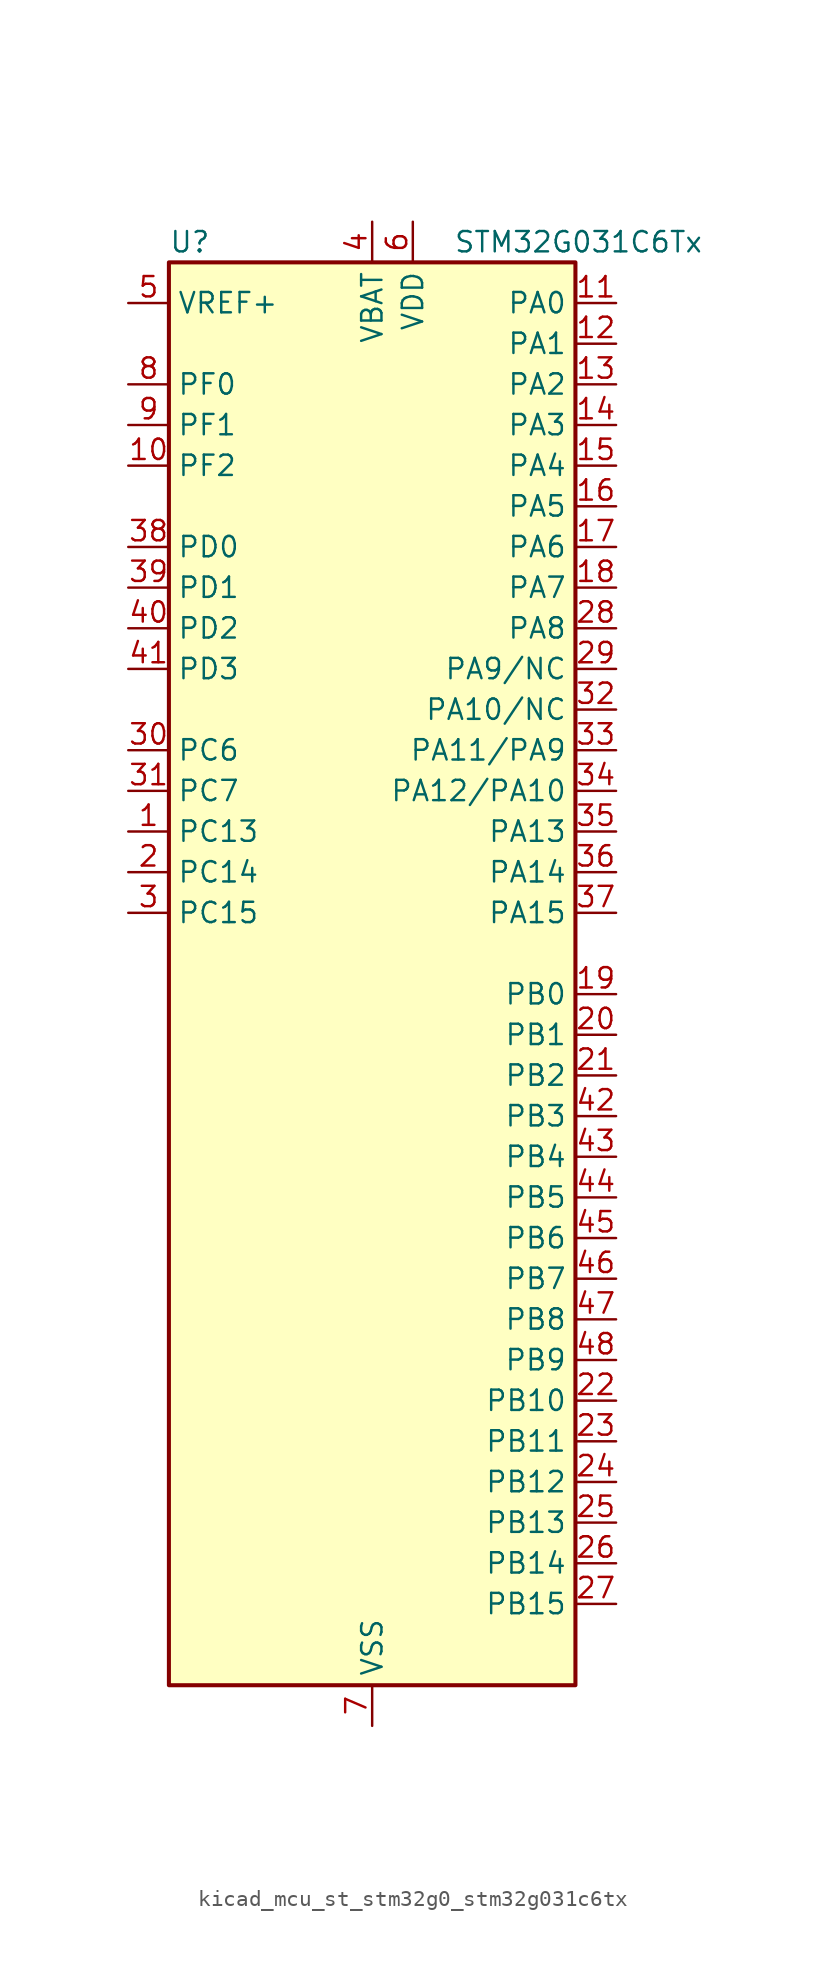
<source format=kicad_sym>
(kicad_symbol_lib
  (version 20220914)
  (generator kicad_symbol_editor)
  (symbol "kicad_mcu_st_stm32g0_stm32g031c6tx"
    (property "Reference" "U"
      (at -12.7 46.99 0)
      (effects (font (size 1.27 1.27)) (justify left)))
    (property "Value" "STM32G031C6Tx"
      (at 5.08 46.99 0)
      (effects (font (size 1.27 1.27)) (justify left)))
    (property "ki_locked" ""
      (at 0 0 0)
      (effects (font (size 1.27 1.27))))
    (symbol "kicad_mcu_st_stm32g0_stm32g031c6tx_0_1"
      (rectangle (start -12.7 -43.18) (end 12.7 45.72) (stroke (width 0.254) (type default)) (fill (type background))))
    (symbol "kicad_mcu_st_stm32g0_stm32g031c6tx_1_1"
      (pin bidirectional line (at -15.24 10.16 0) (length 2.54) (name "PC13" (effects (font (size 1.27 1.27)))) (number "1" (effects (font (size 1.27 1.27)))) (alternate "RTC_OUT_ALARM" bidirectional line) (alternate "RTC_OUT_CALIB" bidirectional line) (alternate "RTC_TAMP_IN1" bidirectional line) (alternate "RTC_TS" bidirectional line) (alternate "SYS_WKUP2" bidirectional line) (alternate "TIM1_BK" bidirectional line))
      (pin bidirectional line (at -15.24 33.02 0) (length 2.54) (name "PF2" (effects (font (size 1.27 1.27)))) (number "10" (effects (font (size 1.27 1.27)))) (alternate "RCC_MCO" bidirectional line))
      (pin bidirectional line (at 15.24 43.18 180) (length 2.54) (name "PA0" (effects (font (size 1.27 1.27)))) (number "11" (effects (font (size 1.27 1.27)))) (alternate "ADC1_IN0" bidirectional line) (alternate "LPTIM1_OUT" bidirectional line) (alternate "RTC_TAMP_IN2" bidirectional line) (alternate "SPI2_SCK" bidirectional line) (alternate "SYS_WKUP1" bidirectional line) (alternate "TIM2_CH1" bidirectional line) (alternate "TIM2_ETR" bidirectional line) (alternate "USART2_CTS" bidirectional line) (alternate "USART2_NSS" bidirectional line))
      (pin bidirectional line (at 15.24 40.64 180) (length 2.54) (name "PA1" (effects (font (size 1.27 1.27)))) (number "12" (effects (font (size 1.27 1.27)))) (alternate "ADC1_IN1" bidirectional line) (alternate "I2C1_SMBA" bidirectional line) (alternate "I2S1_CK" bidirectional line) (alternate "SPI1_SCK" bidirectional line) (alternate "TIM2_CH2" bidirectional line) (alternate "USART2_CK" bidirectional line) (alternate "USART2_DE" bidirectional line) (alternate "USART2_RTS" bidirectional line))
      (pin bidirectional line (at 15.24 38.1 180) (length 2.54) (name "PA2" (effects (font (size 1.27 1.27)))) (number "13" (effects (font (size 1.27 1.27)))) (alternate "ADC1_IN2" bidirectional line) (alternate "I2S1_SD" bidirectional line) (alternate "LPUART1_TX" bidirectional line) (alternate "RCC_LSCO" bidirectional line) (alternate "SPI1_MOSI" bidirectional line) (alternate "SYS_WKUP4" bidirectional line) (alternate "TIM2_CH3" bidirectional line) (alternate "USART2_TX" bidirectional line))
      (pin bidirectional line (at 15.24 35.56 180) (length 2.54) (name "PA3" (effects (font (size 1.27 1.27)))) (number "14" (effects (font (size 1.27 1.27)))) (alternate "ADC1_IN3" bidirectional line) (alternate "LPUART1_RX" bidirectional line) (alternate "SPI2_MISO" bidirectional line) (alternate "TIM2_CH4" bidirectional line) (alternate "USART2_RX" bidirectional line))
      (pin bidirectional line (at 15.24 33.02 180) (length 2.54) (name "PA4" (effects (font (size 1.27 1.27)))) (number "15" (effects (font (size 1.27 1.27)))) (alternate "ADC1_IN4" bidirectional line) (alternate "I2S1_WS" bidirectional line) (alternate "LPTIM2_OUT" bidirectional line) (alternate "RTC_OUT_ALARM" bidirectional line) (alternate "RTC_OUT_CALIB" bidirectional line) (alternate "SPI1_NSS" bidirectional line) (alternate "SPI2_MOSI" bidirectional line) (alternate "TIM14_CH1" bidirectional line))
      (pin bidirectional line (at 15.24 30.48 180) (length 2.54) (name "PA5" (effects (font (size 1.27 1.27)))) (number "16" (effects (font (size 1.27 1.27)))) (alternate "ADC1_IN5" bidirectional line) (alternate "I2S1_CK" bidirectional line) (alternate "LPTIM2_ETR" bidirectional line) (alternate "SPI1_SCK" bidirectional line) (alternate "TIM2_CH1" bidirectional line) (alternate "TIM2_ETR" bidirectional line))
      (pin bidirectional line (at 15.24 27.94 180) (length 2.54) (name "PA6" (effects (font (size 1.27 1.27)))) (number "17" (effects (font (size 1.27 1.27)))) (alternate "ADC1_IN6" bidirectional line) (alternate "I2S1_MCK" bidirectional line) (alternate "LPUART1_CTS" bidirectional line) (alternate "SPI1_MISO" bidirectional line) (alternate "TIM16_CH1" bidirectional line) (alternate "TIM1_BK" bidirectional line) (alternate "TIM3_CH1" bidirectional line))
      (pin bidirectional line (at 15.24 25.4 180) (length 2.54) (name "PA7" (effects (font (size 1.27 1.27)))) (number "18" (effects (font (size 1.27 1.27)))) (alternate "ADC1_IN7" bidirectional line) (alternate "I2S1_SD" bidirectional line) (alternate "SPI1_MOSI" bidirectional line) (alternate "TIM14_CH1" bidirectional line) (alternate "TIM17_CH1" bidirectional line) (alternate "TIM1_CH1N" bidirectional line) (alternate "TIM3_CH2" bidirectional line))
      (pin bidirectional line (at 15.24 0 180) (length 2.54) (name "PB0" (effects (font (size 1.27 1.27)))) (number "19" (effects (font (size 1.27 1.27)))) (alternate "ADC1_IN8" bidirectional line) (alternate "I2S1_WS" bidirectional line) (alternate "LPTIM1_OUT" bidirectional line) (alternate "SPI1_NSS" bidirectional line) (alternate "TIM1_CH2N" bidirectional line) (alternate "TIM3_CH3" bidirectional line))
      (pin bidirectional line (at -15.24 7.62 0) (length 2.54) (name "PC14" (effects (font (size 1.27 1.27)))) (number "2" (effects (font (size 1.27 1.27)))) (alternate "RCC_OSC32_IN" bidirectional line) (alternate "TIM1_BK2" bidirectional line))
      (pin bidirectional line (at 15.24 -2.54 180) (length 2.54) (name "PB1" (effects (font (size 1.27 1.27)))) (number "20" (effects (font (size 1.27 1.27)))) (alternate "ADC1_IN9" bidirectional line) (alternate "LPTIM2_IN1" bidirectional line) (alternate "LPUART1_DE" bidirectional line) (alternate "LPUART1_RTS" bidirectional line) (alternate "TIM14_CH1" bidirectional line) (alternate "TIM1_CH3N" bidirectional line) (alternate "TIM3_CH4" bidirectional line))
      (pin bidirectional line (at 15.24 -5.08 180) (length 2.54) (name "PB2" (effects (font (size 1.27 1.27)))) (number "21" (effects (font (size 1.27 1.27)))) (alternate "ADC1_IN10" bidirectional line) (alternate "LPTIM1_OUT" bidirectional line) (alternate "SPI2_MISO" bidirectional line))
      (pin bidirectional line (at 15.24 -25.4 180) (length 2.54) (name "PB10" (effects (font (size 1.27 1.27)))) (number "22" (effects (font (size 1.27 1.27)))) (alternate "ADC1_IN11" bidirectional line) (alternate "I2C2_SCL" bidirectional line) (alternate "LPUART1_RX" bidirectional line) (alternate "SPI2_SCK" bidirectional line) (alternate "TIM2_CH3" bidirectional line))
      (pin bidirectional line (at 15.24 -27.94 180) (length 2.54) (name "PB11" (effects (font (size 1.27 1.27)))) (number "23" (effects (font (size 1.27 1.27)))) (alternate "ADC1_EXTI11" bidirectional line) (alternate "ADC1_IN15" bidirectional line) (alternate "I2C2_SDA" bidirectional line) (alternate "LPUART1_TX" bidirectional line) (alternate "SPI2_MOSI" bidirectional line) (alternate "TIM2_CH4" bidirectional line))
      (pin bidirectional line (at 15.24 -30.48 180) (length 2.54) (name "PB12" (effects (font (size 1.27 1.27)))) (number "24" (effects (font (size 1.27 1.27)))) (alternate "ADC1_IN16" bidirectional line) (alternate "LPUART1_DE" bidirectional line) (alternate "LPUART1_RTS" bidirectional line) (alternate "SPI2_NSS" bidirectional line) (alternate "TIM1_BK" bidirectional line))
      (pin bidirectional line (at 15.24 -33.02 180) (length 2.54) (name "PB13" (effects (font (size 1.27 1.27)))) (number "25" (effects (font (size 1.27 1.27)))) (alternate "I2C2_SCL" bidirectional line) (alternate "LPUART1_CTS" bidirectional line) (alternate "SPI2_SCK" bidirectional line) (alternate "TIM1_CH1N" bidirectional line))
      (pin bidirectional line (at 15.24 -35.56 180) (length 2.54) (name "PB14" (effects (font (size 1.27 1.27)))) (number "26" (effects (font (size 1.27 1.27)))) (alternate "I2C2_SDA" bidirectional line) (alternate "SPI2_MISO" bidirectional line) (alternate "TIM1_CH2N" bidirectional line))
      (pin bidirectional line (at 15.24 -38.1 180) (length 2.54) (name "PB15" (effects (font (size 1.27 1.27)))) (number "27" (effects (font (size 1.27 1.27)))) (alternate "RTC_REFIN" bidirectional line) (alternate "SPI2_MOSI" bidirectional line) (alternate "TIM1_CH3N" bidirectional line))
      (pin bidirectional line (at 15.24 22.86 180) (length 2.54) (name "PA8" (effects (font (size 1.27 1.27)))) (number "28" (effects (font (size 1.27 1.27)))) (alternate "LPTIM2_OUT" bidirectional line) (alternate "RCC_MCO" bidirectional line) (alternate "SPI2_NSS" bidirectional line) (alternate "TIM1_CH1" bidirectional line))
      (pin bidirectional line (at 15.24 20.32 180) (length 2.54) (name "PA9/NC" (effects (font (size 1.27 1.27)))) (number "29" (effects (font (size 1.27 1.27)))) (alternate "I2C1_SCL" bidirectional line) (alternate "RCC_MCO" bidirectional line) (alternate "SPI2_MISO" bidirectional line) (alternate "TIM1_CH2" bidirectional line) (alternate "USART1_TX" bidirectional line))
      (pin bidirectional line (at -15.24 5.08 0) (length 2.54) (name "PC15" (effects (font (size 1.27 1.27)))) (number "3" (effects (font (size 1.27 1.27)))) (alternate "RCC_OSC32_EN" bidirectional line) (alternate "RCC_OSC32_OUT" bidirectional line) (alternate "RCC_OSC_EN" bidirectional line))
      (pin bidirectional line (at -15.24 15.24 0) (length 2.54) (name "PC6" (effects (font (size 1.27 1.27)))) (number "30" (effects (font (size 1.27 1.27)))) (alternate "TIM2_CH3" bidirectional line) (alternate "TIM3_CH1" bidirectional line))
      (pin bidirectional line (at -15.24 12.7 0) (length 2.54) (name "PC7" (effects (font (size 1.27 1.27)))) (number "31" (effects (font (size 1.27 1.27)))) (alternate "TIM2_CH4" bidirectional line) (alternate "TIM3_CH2" bidirectional line))
      (pin bidirectional line (at 15.24 17.78 180) (length 2.54) (name "PA10/NC" (effects (font (size 1.27 1.27)))) (number "32" (effects (font (size 1.27 1.27)))) (alternate "I2C1_SDA" bidirectional line) (alternate "SPI2_MOSI" bidirectional line) (alternate "TIM17_BK" bidirectional line) (alternate "TIM1_CH3" bidirectional line) (alternate "USART1_RX" bidirectional line))
      (pin bidirectional line (at 15.24 15.24 180) (length 2.54) (name "PA11/PA9" (effects (font (size 1.27 1.27)))) (number "33" (effects (font (size 1.27 1.27)))) (alternate "ADC1_EXTI11" bidirectional line) (alternate "I2C2_SCL" bidirectional line) (alternate "I2S1_MCK" bidirectional line) (alternate "SPI1_MISO" bidirectional line) (alternate "TIM1_BK2" bidirectional line) (alternate "TIM1_CH4" bidirectional line) (alternate "USART1_CTS" bidirectional line) (alternate "USART1_NSS" bidirectional line))
      (pin bidirectional line (at 15.24 12.7 180) (length 2.54) (name "PA12/PA10" (effects (font (size 1.27 1.27)))) (number "34" (effects (font (size 1.27 1.27)))) (alternate "I2C2_SDA" bidirectional line) (alternate "I2S1_SD" bidirectional line) (alternate "I2S_CKIN" bidirectional line) (alternate "SPI1_MOSI" bidirectional line) (alternate "TIM1_ETR" bidirectional line) (alternate "USART1_CK" bidirectional line) (alternate "USART1_DE" bidirectional line) (alternate "USART1_RTS" bidirectional line))
      (pin bidirectional line (at 15.24 10.16 180) (length 2.54) (name "PA13" (effects (font (size 1.27 1.27)))) (number "35" (effects (font (size 1.27 1.27)))) (alternate "ADC1_IN17" bidirectional line) (alternate "IR_OUT" bidirectional line) (alternate "SYS_SWDIO" bidirectional line))
      (pin bidirectional line (at 15.24 7.62 180) (length 2.54) (name "PA14" (effects (font (size 1.27 1.27)))) (number "36" (effects (font (size 1.27 1.27)))) (alternate "ADC1_IN18" bidirectional line) (alternate "SYS_SWCLK" bidirectional line) (alternate "USART2_TX" bidirectional line))
      (pin bidirectional line (at 15.24 5.08 180) (length 2.54) (name "PA15" (effects (font (size 1.27 1.27)))) (number "37" (effects (font (size 1.27 1.27)))) (alternate "I2S1_WS" bidirectional line) (alternate "SPI1_NSS" bidirectional line) (alternate "TIM2_CH1" bidirectional line) (alternate "TIM2_ETR" bidirectional line) (alternate "USART2_RX" bidirectional line))
      (pin bidirectional line (at -15.24 27.94 0) (length 2.54) (name "PD0" (effects (font (size 1.27 1.27)))) (number "38" (effects (font (size 1.27 1.27)))) (alternate "SPI2_NSS" bidirectional line) (alternate "TIM16_CH1" bidirectional line))
      (pin bidirectional line (at -15.24 25.4 0) (length 2.54) (name "PD1" (effects (font (size 1.27 1.27)))) (number "39" (effects (font (size 1.27 1.27)))) (alternate "SPI2_SCK" bidirectional line) (alternate "TIM17_CH1" bidirectional line))
      (pin power_in line (at 0 48.26 270) (length 2.54) (name "VBAT" (effects (font (size 1.27 1.27)))) (number "4" (effects (font (size 1.27 1.27)))))
      (pin bidirectional line (at -15.24 22.86 0) (length 2.54) (name "PD2" (effects (font (size 1.27 1.27)))) (number "40" (effects (font (size 1.27 1.27)))) (alternate "TIM1_CH1N" bidirectional line) (alternate "TIM3_ETR" bidirectional line))
      (pin bidirectional line (at -15.24 20.32 0) (length 2.54) (name "PD3" (effects (font (size 1.27 1.27)))) (number "41" (effects (font (size 1.27 1.27)))) (alternate "SPI2_MISO" bidirectional line) (alternate "TIM1_CH2N" bidirectional line) (alternate "USART2_CTS" bidirectional line) (alternate "USART2_NSS" bidirectional line))
      (pin bidirectional line (at 15.24 -7.62 180) (length 2.54) (name "PB3" (effects (font (size 1.27 1.27)))) (number "42" (effects (font (size 1.27 1.27)))) (alternate "I2S1_CK" bidirectional line) (alternate "SPI1_SCK" bidirectional line) (alternate "TIM1_CH2" bidirectional line) (alternate "TIM2_CH2" bidirectional line) (alternate "USART1_CK" bidirectional line) (alternate "USART1_DE" bidirectional line) (alternate "USART1_RTS" bidirectional line))
      (pin bidirectional line (at 15.24 -10.16 180) (length 2.54) (name "PB4" (effects (font (size 1.27 1.27)))) (number "43" (effects (font (size 1.27 1.27)))) (alternate "I2S1_MCK" bidirectional line) (alternate "SPI1_MISO" bidirectional line) (alternate "TIM17_BK" bidirectional line) (alternate "TIM3_CH1" bidirectional line) (alternate "USART1_CTS" bidirectional line) (alternate "USART1_NSS" bidirectional line))
      (pin bidirectional line (at 15.24 -12.7 180) (length 2.54) (name "PB5" (effects (font (size 1.27 1.27)))) (number "44" (effects (font (size 1.27 1.27)))) (alternate "I2C1_SMBA" bidirectional line) (alternate "I2S1_SD" bidirectional line) (alternate "LPTIM1_IN1" bidirectional line) (alternate "SPI1_MOSI" bidirectional line) (alternate "SYS_WKUP6" bidirectional line) (alternate "TIM16_BK" bidirectional line) (alternate "TIM3_CH2" bidirectional line))
      (pin bidirectional line (at 15.24 -15.24 180) (length 2.54) (name "PB6" (effects (font (size 1.27 1.27)))) (number "45" (effects (font (size 1.27 1.27)))) (alternate "I2C1_SCL" bidirectional line) (alternate "LPTIM1_ETR" bidirectional line) (alternate "SPI2_MISO" bidirectional line) (alternate "TIM16_CH1N" bidirectional line) (alternate "TIM1_CH3" bidirectional line) (alternate "USART1_TX" bidirectional line))
      (pin bidirectional line (at 15.24 -17.78 180) (length 2.54) (name "PB7" (effects (font (size 1.27 1.27)))) (number "46" (effects (font (size 1.27 1.27)))) (alternate "I2C1_SDA" bidirectional line) (alternate "LPTIM1_IN2" bidirectional line) (alternate "SPI2_MOSI" bidirectional line) (alternate "SYS_PVD_IN" bidirectional line) (alternate "TIM17_CH1N" bidirectional line) (alternate "USART1_RX" bidirectional line))
      (pin bidirectional line (at 15.24 -20.32 180) (length 2.54) (name "PB8" (effects (font (size 1.27 1.27)))) (number "47" (effects (font (size 1.27 1.27)))) (alternate "I2C1_SCL" bidirectional line) (alternate "SPI2_SCK" bidirectional line) (alternate "TIM16_CH1" bidirectional line))
      (pin bidirectional line (at 15.24 -22.86 180) (length 2.54) (name "PB9" (effects (font (size 1.27 1.27)))) (number "48" (effects (font (size 1.27 1.27)))) (alternate "I2C1_SDA" bidirectional line) (alternate "IR_OUT" bidirectional line) (alternate "SPI2_NSS" bidirectional line) (alternate "TIM17_CH1" bidirectional line))
      (pin input line (at -15.24 43.18 0) (length 2.54) (name "VREF+" (effects (font (size 1.27 1.27)))) (number "5" (effects (font (size 1.27 1.27)))) (alternate "VREFBUF_OUT" bidirectional line))
      (pin power_in line (at 2.54 48.26 270) (length 2.54) (name "VDD" (effects (font (size 1.27 1.27)))) (number "6" (effects (font (size 1.27 1.27)))))
      (pin power_in line (at 0 -45.72 90) (length 2.54) (name "VSS" (effects (font (size 1.27 1.27)))) (number "7" (effects (font (size 1.27 1.27)))))
      (pin bidirectional line (at -15.24 38.1 0) (length 2.54) (name "PF0" (effects (font (size 1.27 1.27)))) (number "8" (effects (font (size 1.27 1.27)))) (alternate "RCC_OSC_IN" bidirectional line) (alternate "TIM14_CH1" bidirectional line))
      (pin bidirectional line (at -15.24 35.56 0) (length 2.54) (name "PF1" (effects (font (size 1.27 1.27)))) (number "9" (effects (font (size 1.27 1.27)))) (alternate "RCC_OSC_EN" bidirectional line) (alternate "RCC_OSC_OUT" bidirectional line)))))
</source>
